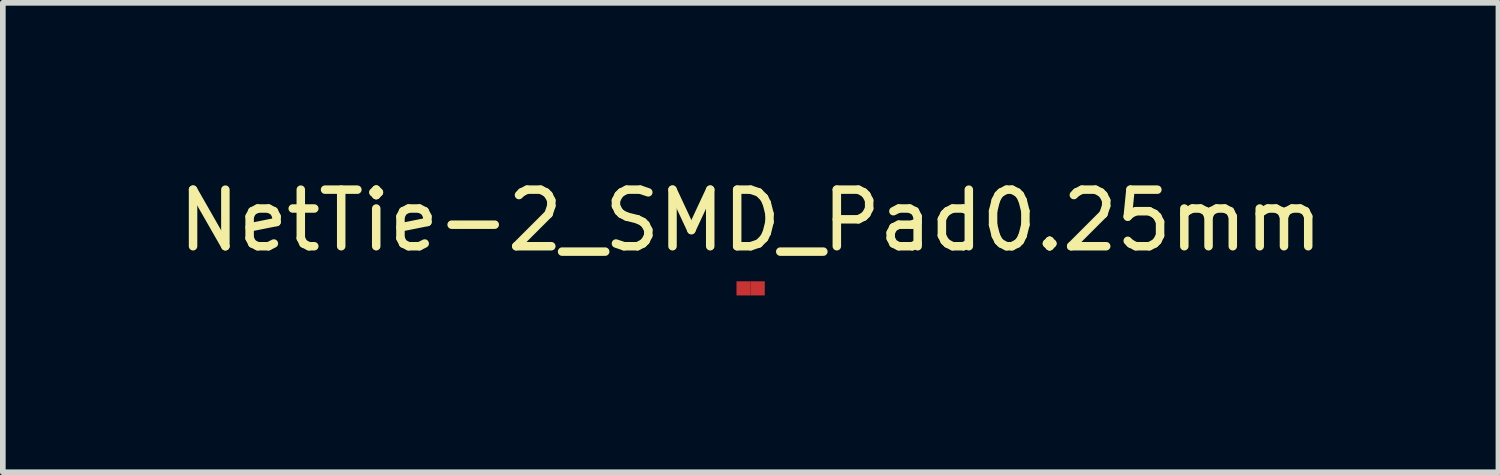
<source format=kicad_pcb>
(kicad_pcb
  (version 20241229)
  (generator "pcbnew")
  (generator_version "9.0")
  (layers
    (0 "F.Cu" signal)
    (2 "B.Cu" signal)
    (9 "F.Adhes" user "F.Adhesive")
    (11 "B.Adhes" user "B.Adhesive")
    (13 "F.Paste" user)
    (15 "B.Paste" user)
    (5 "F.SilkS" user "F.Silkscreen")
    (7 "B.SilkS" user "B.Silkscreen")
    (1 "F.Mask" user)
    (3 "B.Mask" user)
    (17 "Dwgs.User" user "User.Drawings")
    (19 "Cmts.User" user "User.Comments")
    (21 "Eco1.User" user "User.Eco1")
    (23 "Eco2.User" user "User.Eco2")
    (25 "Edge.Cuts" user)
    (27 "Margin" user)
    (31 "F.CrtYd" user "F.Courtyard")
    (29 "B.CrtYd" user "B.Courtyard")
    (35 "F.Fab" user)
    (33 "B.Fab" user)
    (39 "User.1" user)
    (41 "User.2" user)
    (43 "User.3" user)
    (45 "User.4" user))
  (footprint "NetTie-2_SMD_Pad0.25mm"
    (layer "F.Cu")
    (at 10.22 2.048)
    (property "Reference" "NetTie-2_SMD_Pad0.25mm" (at 0 -1.2 0) (layer "F.SilkS") (effects (font (size 1 1) (thickness 0.15))))
    (attr smd exclude_from_pos_files exclude_from_bom allow_missing_courtyard)
    (pad "1" connect rect (at -0.125 0) (size 0.25 0.25) (layers "F.Cu"))
    (pad "2" connect rect (at 0.125 0) (size 0.25 0.25) (layers "F.Cu")))
  (gr_rect
    (start -3 -3)
    (end 23.44 5.298)
    (stroke (width 0.1) (type default))
    (fill no)
    (layer "Edge.Cuts")))
</source>
